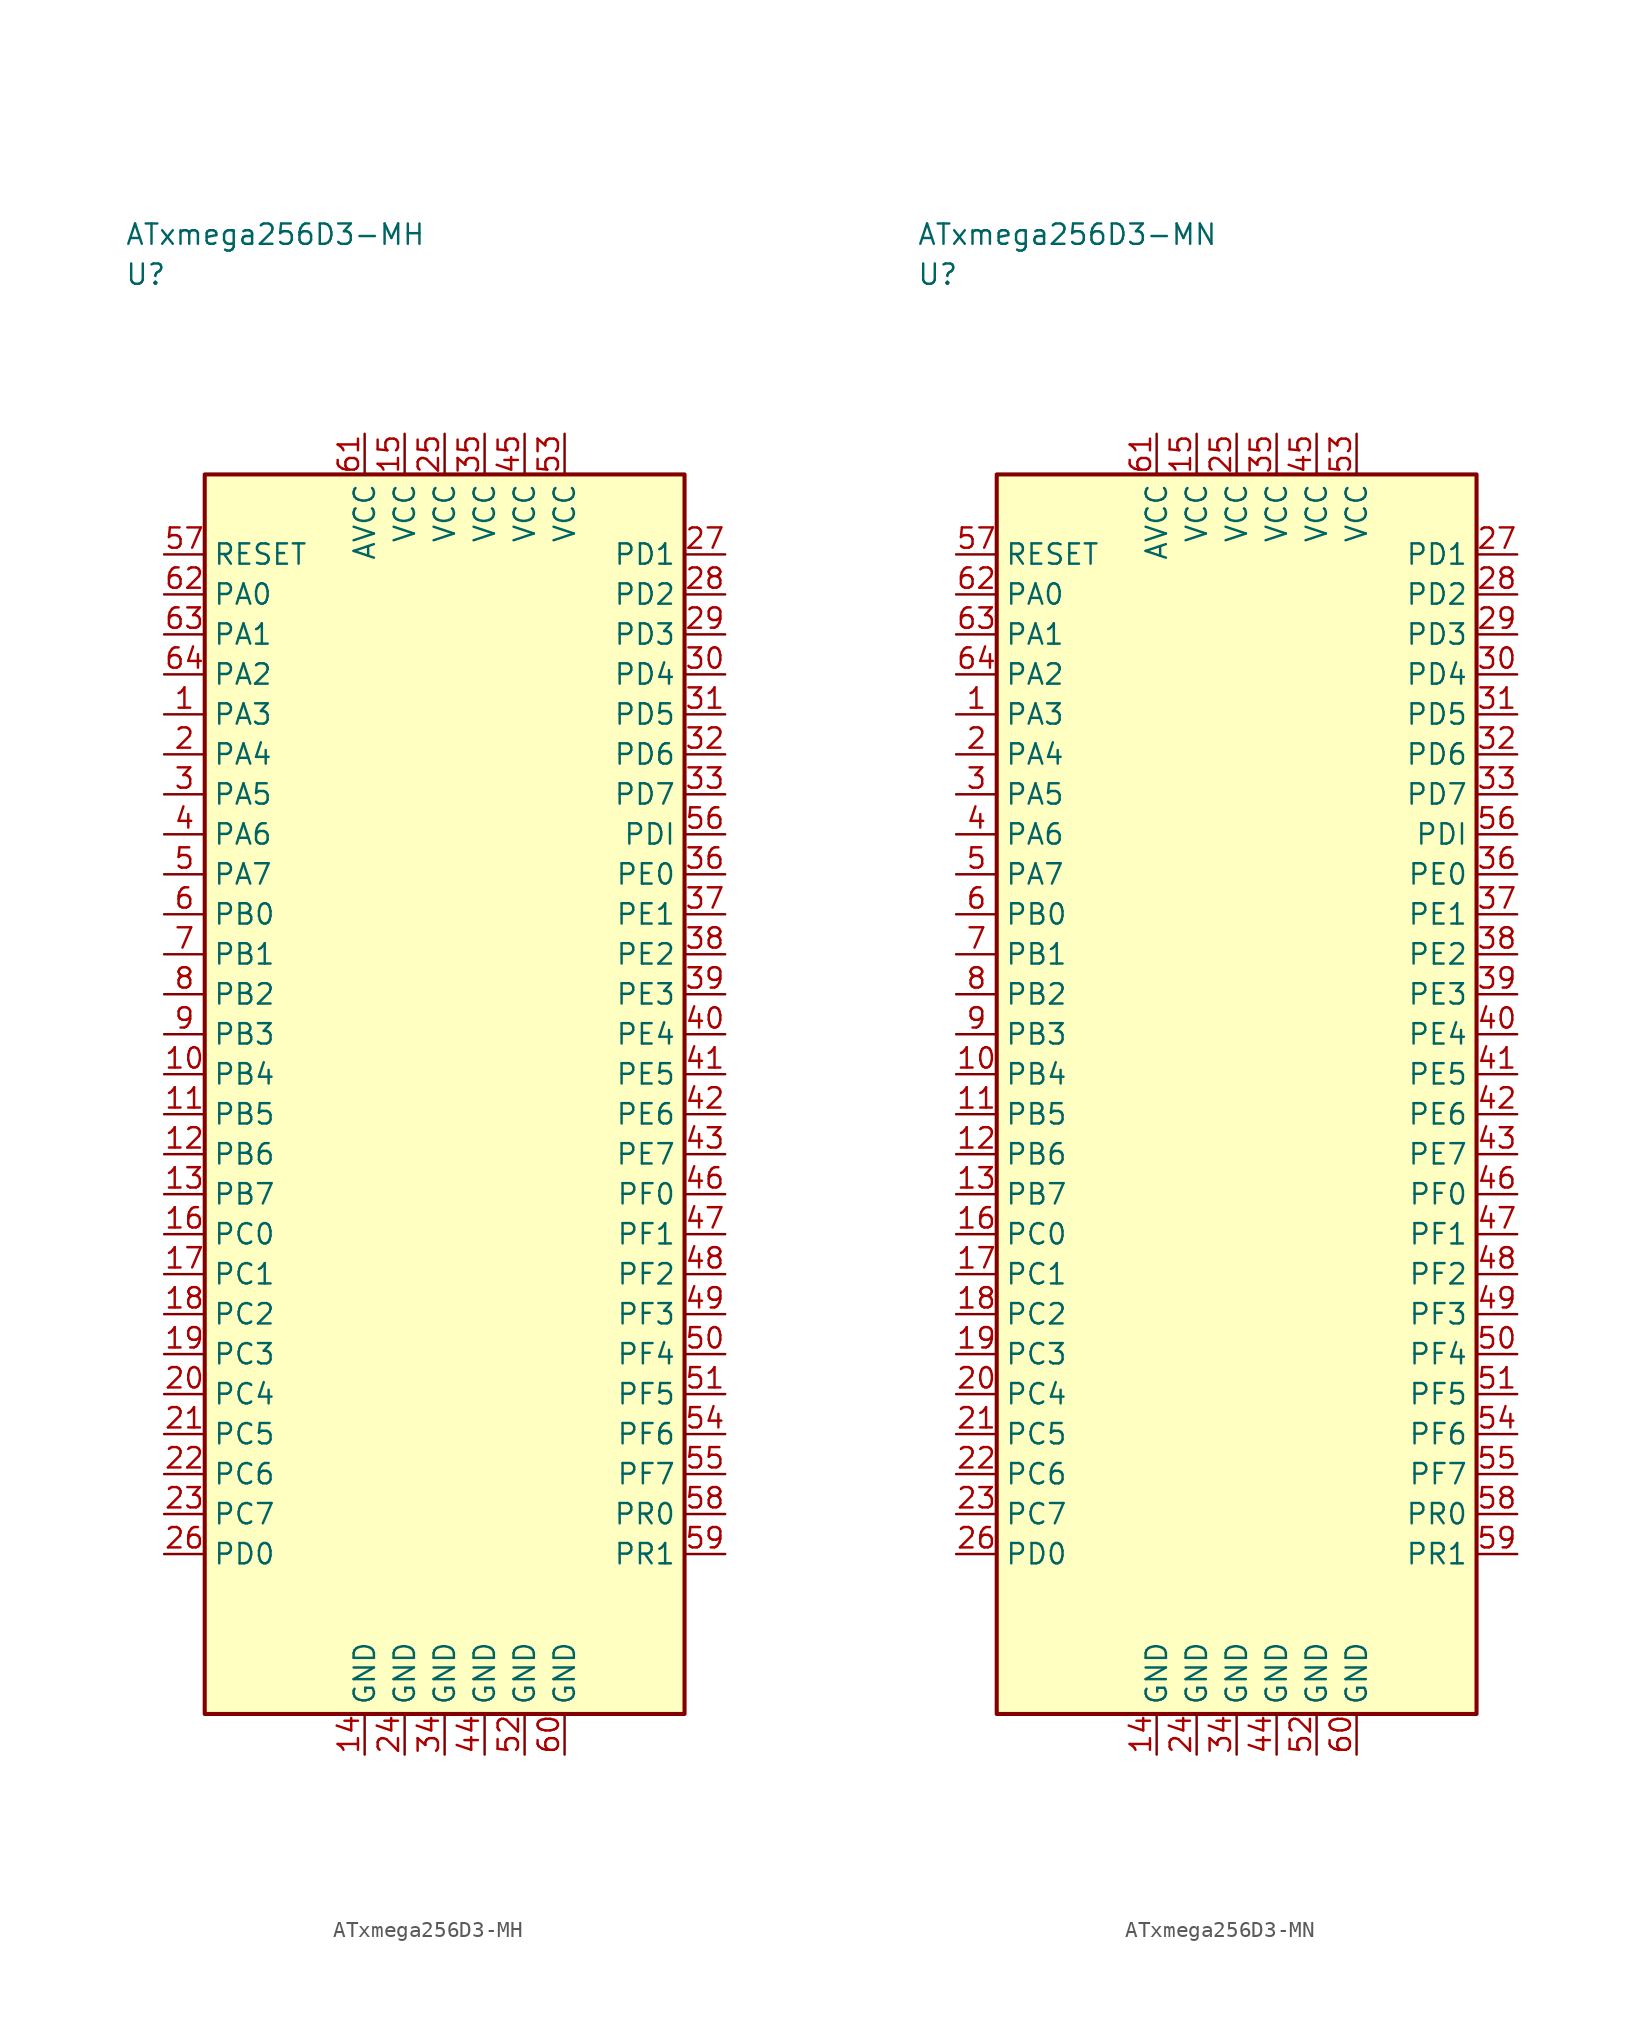
<source format=kicad_sym>
(kicad_symbol_lib
  (version 20241025)
  (generator "kicad_symbol_editor")
  (generator_version "8.0")
  (symbol "ATxmega256D3-MH"
    (property "Reference" "U"
      (at -20.0 51.25 0)
      (effects (font (size 1.27 1.27)) (justify left)))
    (property "Value" "ATxmega256D3-MH"
      (at -20.0 53.75 0)
      (effects (font (size 1.27 1.27)) (justify left)))
    (symbol "ATxmega256D3-MH_0_1"
      (rectangle (start -15.0 38.75) (end 15.0 -38.75) (stroke (width 0.254) (type default)) (fill (type background))))
    (symbol "ATxmega256D3-MH_1_1"
      (pin bidirectional line (at -17.54 23.75 0.0) (length 2.54) (name "PA3" (effects (font (size 1.27 1.27)))) (number "1" (effects (font (size 1.27 1.27)))))
      (pin bidirectional line (at -17.54 21.25 0.0) (length 2.54) (name "PA4" (effects (font (size 1.27 1.27)))) (number "2" (effects (font (size 1.27 1.27)))))
      (pin bidirectional line (at -17.54 18.75 0.0) (length 2.54) (name "PA5" (effects (font (size 1.27 1.27)))) (number "3" (effects (font (size 1.27 1.27)))))
      (pin bidirectional line (at -17.54 16.25 0.0) (length 2.54) (name "PA6" (effects (font (size 1.27 1.27)))) (number "4" (effects (font (size 1.27 1.27)))))
      (pin bidirectional line (at -17.54 13.75 0.0) (length 2.54) (name "PA7" (effects (font (size 1.27 1.27)))) (number "5" (effects (font (size 1.27 1.27)))))
      (pin bidirectional line (at -17.54 11.25 0.0) (length 2.54) (name "PB0" (effects (font (size 1.27 1.27)))) (number "6" (effects (font (size 1.27 1.27)))))
      (pin bidirectional line (at -17.54 8.75 0.0) (length 2.54) (name "PB1" (effects (font (size 1.27 1.27)))) (number "7" (effects (font (size 1.27 1.27)))))
      (pin bidirectional line (at -17.54 6.25 0.0) (length 2.54) (name "PB2" (effects (font (size 1.27 1.27)))) (number "8" (effects (font (size 1.27 1.27)))))
      (pin bidirectional line (at -17.54 3.75 0.0) (length 2.54) (name "PB3" (effects (font (size 1.27 1.27)))) (number "9" (effects (font (size 1.27 1.27)))))
      (pin bidirectional line (at -17.54 1.25 0.0) (length 2.54) (name "PB4" (effects (font (size 1.27 1.27)))) (number "10" (effects (font (size 1.27 1.27)))))
      (pin bidirectional line (at -17.54 -1.25 0.0) (length 2.54) (name "PB5" (effects (font (size 1.27 1.27)))) (number "11" (effects (font (size 1.27 1.27)))))
      (pin bidirectional line (at -17.54 -3.75 0.0) (length 2.54) (name "PB6" (effects (font (size 1.27 1.27)))) (number "12" (effects (font (size 1.27 1.27)))))
      (pin bidirectional line (at -17.54 -6.25 0.0) (length 2.54) (name "PB7" (effects (font (size 1.27 1.27)))) (number "13" (effects (font (size 1.27 1.27)))))
      (pin passive line (at -5.0 -41.29 90.0) (length 2.54) (name "GND" (effects (font (size 1.27 1.27)))) (number "14" (effects (font (size 1.27 1.27)))))
      (pin power_in line (at -2.5 41.29 270.0) (length 2.54) (name "VCC" (effects (font (size 1.27 1.27)))) (number "15" (effects (font (size 1.27 1.27)))))
      (pin bidirectional line (at -17.54 -8.75 0.0) (length 2.54) (name "PC0" (effects (font (size 1.27 1.27)))) (number "16" (effects (font (size 1.27 1.27)))))
      (pin bidirectional line (at -17.54 -11.25 0.0) (length 2.54) (name "PC1" (effects (font (size 1.27 1.27)))) (number "17" (effects (font (size 1.27 1.27)))))
      (pin bidirectional line (at -17.54 -13.75 0.0) (length 2.54) (name "PC2" (effects (font (size 1.27 1.27)))) (number "18" (effects (font (size 1.27 1.27)))))
      (pin bidirectional line (at -17.54 -16.25 0.0) (length 2.54) (name "PC3" (effects (font (size 1.27 1.27)))) (number "19" (effects (font (size 1.27 1.27)))))
      (pin bidirectional line (at -17.54 -18.75 0.0) (length 2.54) (name "PC4" (effects (font (size 1.27 1.27)))) (number "20" (effects (font (size 1.27 1.27)))))
      (pin bidirectional line (at -17.54 -21.25 0.0) (length 2.54) (name "PC5" (effects (font (size 1.27 1.27)))) (number "21" (effects (font (size 1.27 1.27)))))
      (pin bidirectional line (at -17.54 -23.75 0.0) (length 2.54) (name "PC6" (effects (font (size 1.27 1.27)))) (number "22" (effects (font (size 1.27 1.27)))))
      (pin bidirectional line (at -17.54 -26.25 0.0) (length 2.54) (name "PC7" (effects (font (size 1.27 1.27)))) (number "23" (effects (font (size 1.27 1.27)))))
      (pin passive line (at -2.5 -41.29 90.0) (length 2.54) (name "GND" (effects (font (size 1.27 1.27)))) (number "24" (effects (font (size 1.27 1.27)))))
      (pin power_in line (at 0.0 41.29 270.0) (length 2.54) (name "VCC" (effects (font (size 1.27 1.27)))) (number "25" (effects (font (size 1.27 1.27)))))
      (pin bidirectional line (at -17.54 -28.75 0.0) (length 2.54) (name "PD0" (effects (font (size 1.27 1.27)))) (number "26" (effects (font (size 1.27 1.27)))))
      (pin bidirectional line (at 17.54 33.75 180.0) (length 2.54) (name "PD1" (effects (font (size 1.27 1.27)))) (number "27" (effects (font (size 1.27 1.27)))))
      (pin bidirectional line (at 17.54 31.25 180.0) (length 2.54) (name "PD2" (effects (font (size 1.27 1.27)))) (number "28" (effects (font (size 1.27 1.27)))))
      (pin bidirectional line (at 17.54 28.75 180.0) (length 2.54) (name "PD3" (effects (font (size 1.27 1.27)))) (number "29" (effects (font (size 1.27 1.27)))))
      (pin bidirectional line (at 17.54 26.25 180.0) (length 2.54) (name "PD4" (effects (font (size 1.27 1.27)))) (number "30" (effects (font (size 1.27 1.27)))))
      (pin bidirectional line (at 17.54 23.75 180.0) (length 2.54) (name "PD5" (effects (font (size 1.27 1.27)))) (number "31" (effects (font (size 1.27 1.27)))))
      (pin bidirectional line (at 17.54 21.25 180.0) (length 2.54) (name "PD6" (effects (font (size 1.27 1.27)))) (number "32" (effects (font (size 1.27 1.27)))))
      (pin bidirectional line (at 17.54 18.75 180.0) (length 2.54) (name "PD7" (effects (font (size 1.27 1.27)))) (number "33" (effects (font (size 1.27 1.27)))))
      (pin passive line (at 0.0 -41.29 90.0) (length 2.54) (name "GND" (effects (font (size 1.27 1.27)))) (number "34" (effects (font (size 1.27 1.27)))))
      (pin power_in line (at 2.5 41.29 270.0) (length 2.54) (name "VCC" (effects (font (size 1.27 1.27)))) (number "35" (effects (font (size 1.27 1.27)))))
      (pin bidirectional line (at 17.54 13.75 180.0) (length 2.54) (name "PE0" (effects (font (size 1.27 1.27)))) (number "36" (effects (font (size 1.27 1.27)))))
      (pin bidirectional line (at 17.54 11.25 180.0) (length 2.54) (name "PE1" (effects (font (size 1.27 1.27)))) (number "37" (effects (font (size 1.27 1.27)))))
      (pin bidirectional line (at 17.54 8.75 180.0) (length 2.54) (name "PE2" (effects (font (size 1.27 1.27)))) (number "38" (effects (font (size 1.27 1.27)))))
      (pin bidirectional line (at 17.54 6.25 180.0) (length 2.54) (name "PE3" (effects (font (size 1.27 1.27)))) (number "39" (effects (font (size 1.27 1.27)))))
      (pin bidirectional line (at 17.54 3.75 180.0) (length 2.54) (name "PE4" (effects (font (size 1.27 1.27)))) (number "40" (effects (font (size 1.27 1.27)))))
      (pin bidirectional line (at 17.54 1.25 180.0) (length 2.54) (name "PE5" (effects (font (size 1.27 1.27)))) (number "41" (effects (font (size 1.27 1.27)))))
      (pin bidirectional line (at 17.54 -1.25 180.0) (length 2.54) (name "PE6" (effects (font (size 1.27 1.27)))) (number "42" (effects (font (size 1.27 1.27)))))
      (pin bidirectional line (at 17.54 -3.75 180.0) (length 2.54) (name "PE7" (effects (font (size 1.27 1.27)))) (number "43" (effects (font (size 1.27 1.27)))))
      (pin passive line (at 2.5 -41.29 90.0) (length 2.54) (name "GND" (effects (font (size 1.27 1.27)))) (number "44" (effects (font (size 1.27 1.27)))))
      (pin power_in line (at 5.0 41.29 270.0) (length 2.54) (name "VCC" (effects (font (size 1.27 1.27)))) (number "45" (effects (font (size 1.27 1.27)))))
      (pin bidirectional line (at 17.54 -6.25 180.0) (length 2.54) (name "PF0" (effects (font (size 1.27 1.27)))) (number "46" (effects (font (size 1.27 1.27)))))
      (pin bidirectional line (at 17.54 -8.75 180.0) (length 2.54) (name "PF1" (effects (font (size 1.27 1.27)))) (number "47" (effects (font (size 1.27 1.27)))))
      (pin bidirectional line (at 17.54 -11.25 180.0) (length 2.54) (name "PF2" (effects (font (size 1.27 1.27)))) (number "48" (effects (font (size 1.27 1.27)))))
      (pin bidirectional line (at 17.54 -13.75 180.0) (length 2.54) (name "PF3" (effects (font (size 1.27 1.27)))) (number "49" (effects (font (size 1.27 1.27)))))
      (pin bidirectional line (at 17.54 -16.25 180.0) (length 2.54) (name "PF4" (effects (font (size 1.27 1.27)))) (number "50" (effects (font (size 1.27 1.27)))))
      (pin bidirectional line (at 17.54 -18.75 180.0) (length 2.54) (name "PF5" (effects (font (size 1.27 1.27)))) (number "51" (effects (font (size 1.27 1.27)))))
      (pin passive line (at 5.0 -41.29 90.0) (length 2.54) (name "GND" (effects (font (size 1.27 1.27)))) (number "52" (effects (font (size 1.27 1.27)))))
      (pin power_in line (at 7.5 41.29 270.0) (length 2.54) (name "VCC" (effects (font (size 1.27 1.27)))) (number "53" (effects (font (size 1.27 1.27)))))
      (pin bidirectional line (at 17.54 -21.25 180.0) (length 2.54) (name "PF6" (effects (font (size 1.27 1.27)))) (number "54" (effects (font (size 1.27 1.27)))))
      (pin bidirectional line (at 17.54 -23.75 180.0) (length 2.54) (name "PF7" (effects (font (size 1.27 1.27)))) (number "55" (effects (font (size 1.27 1.27)))))
      (pin bidirectional line (at 17.54 16.25 180.0) (length 2.54) (name "PDI" (effects (font (size 1.27 1.27)))) (number "56" (effects (font (size 1.27 1.27)))))
      (pin input line (at -17.54 33.75 0.0) (length 2.54) (name "RESET" (effects (font (size 1.27 1.27)))) (number "57" (effects (font (size 1.27 1.27)))))
      (pin bidirectional line (at 17.54 -26.25 180.0) (length 2.54) (name "PR0" (effects (font (size 1.27 1.27)))) (number "58" (effects (font (size 1.27 1.27)))))
      (pin bidirectional line (at 17.54 -28.75 180.0) (length 2.54) (name "PR1" (effects (font (size 1.27 1.27)))) (number "59" (effects (font (size 1.27 1.27)))))
      (pin passive line (at 7.5 -41.29 90.0) (length 2.54) (name "GND" (effects (font (size 1.27 1.27)))) (number "60" (effects (font (size 1.27 1.27)))))
      (pin power_in line (at -5.0 41.29 270.0) (length 2.54) (name "AVCC" (effects (font (size 1.27 1.27)))) (number "61" (effects (font (size 1.27 1.27)))))
      (pin bidirectional line (at -17.54 31.25 0.0) (length 2.54) (name "PA0" (effects (font (size 1.27 1.27)))) (number "62" (effects (font (size 1.27 1.27)))))
      (pin bidirectional line (at -17.54 28.75 0.0) (length 2.54) (name "PA1" (effects (font (size 1.27 1.27)))) (number "63" (effects (font (size 1.27 1.27)))))
      (pin bidirectional line (at -17.54 26.25 0.0) (length 2.54) (name "PA2" (effects (font (size 1.27 1.27)))) (number "64" (effects (font (size 1.27 1.27)))))))
  (symbol "ATxmega256D3-MN"
    (property "Reference" "U"
      (at -20.0 51.25 0)
      (effects (font (size 1.27 1.27)) (justify left)))
    (property "Value" "ATxmega256D3-MN"
      (at -20.0 53.75 0)
      (effects (font (size 1.27 1.27)) (justify left)))
    (symbol "ATxmega256D3-MN_0_1"
      (rectangle (start -15.0 38.75) (end 15.0 -38.75) (stroke (width 0.254) (type default)) (fill (type background))))
    (symbol "ATxmega256D3-MN_1_1"
      (pin bidirectional line (at -17.54 23.75 0.0) (length 2.54) (name "PA3" (effects (font (size 1.27 1.27)))) (number "1" (effects (font (size 1.27 1.27)))))
      (pin bidirectional line (at -17.54 21.25 0.0) (length 2.54) (name "PA4" (effects (font (size 1.27 1.27)))) (number "2" (effects (font (size 1.27 1.27)))))
      (pin bidirectional line (at -17.54 18.75 0.0) (length 2.54) (name "PA5" (effects (font (size 1.27 1.27)))) (number "3" (effects (font (size 1.27 1.27)))))
      (pin bidirectional line (at -17.54 16.25 0.0) (length 2.54) (name "PA6" (effects (font (size 1.27 1.27)))) (number "4" (effects (font (size 1.27 1.27)))))
      (pin bidirectional line (at -17.54 13.75 0.0) (length 2.54) (name "PA7" (effects (font (size 1.27 1.27)))) (number "5" (effects (font (size 1.27 1.27)))))
      (pin bidirectional line (at -17.54 11.25 0.0) (length 2.54) (name "PB0" (effects (font (size 1.27 1.27)))) (number "6" (effects (font (size 1.27 1.27)))))
      (pin bidirectional line (at -17.54 8.75 0.0) (length 2.54) (name "PB1" (effects (font (size 1.27 1.27)))) (number "7" (effects (font (size 1.27 1.27)))))
      (pin bidirectional line (at -17.54 6.25 0.0) (length 2.54) (name "PB2" (effects (font (size 1.27 1.27)))) (number "8" (effects (font (size 1.27 1.27)))))
      (pin bidirectional line (at -17.54 3.75 0.0) (length 2.54) (name "PB3" (effects (font (size 1.27 1.27)))) (number "9" (effects (font (size 1.27 1.27)))))
      (pin bidirectional line (at -17.54 1.25 0.0) (length 2.54) (name "PB4" (effects (font (size 1.27 1.27)))) (number "10" (effects (font (size 1.27 1.27)))))
      (pin bidirectional line (at -17.54 -1.25 0.0) (length 2.54) (name "PB5" (effects (font (size 1.27 1.27)))) (number "11" (effects (font (size 1.27 1.27)))))
      (pin bidirectional line (at -17.54 -3.75 0.0) (length 2.54) (name "PB6" (effects (font (size 1.27 1.27)))) (number "12" (effects (font (size 1.27 1.27)))))
      (pin bidirectional line (at -17.54 -6.25 0.0) (length 2.54) (name "PB7" (effects (font (size 1.27 1.27)))) (number "13" (effects (font (size 1.27 1.27)))))
      (pin passive line (at -5.0 -41.29 90.0) (length 2.54) (name "GND" (effects (font (size 1.27 1.27)))) (number "14" (effects (font (size 1.27 1.27)))))
      (pin power_in line (at -2.5 41.29 270.0) (length 2.54) (name "VCC" (effects (font (size 1.27 1.27)))) (number "15" (effects (font (size 1.27 1.27)))))
      (pin bidirectional line (at -17.54 -8.75 0.0) (length 2.54) (name "PC0" (effects (font (size 1.27 1.27)))) (number "16" (effects (font (size 1.27 1.27)))))
      (pin bidirectional line (at -17.54 -11.25 0.0) (length 2.54) (name "PC1" (effects (font (size 1.27 1.27)))) (number "17" (effects (font (size 1.27 1.27)))))
      (pin bidirectional line (at -17.54 -13.75 0.0) (length 2.54) (name "PC2" (effects (font (size 1.27 1.27)))) (number "18" (effects (font (size 1.27 1.27)))))
      (pin bidirectional line (at -17.54 -16.25 0.0) (length 2.54) (name "PC3" (effects (font (size 1.27 1.27)))) (number "19" (effects (font (size 1.27 1.27)))))
      (pin bidirectional line (at -17.54 -18.75 0.0) (length 2.54) (name "PC4" (effects (font (size 1.27 1.27)))) (number "20" (effects (font (size 1.27 1.27)))))
      (pin bidirectional line (at -17.54 -21.25 0.0) (length 2.54) (name "PC5" (effects (font (size 1.27 1.27)))) (number "21" (effects (font (size 1.27 1.27)))))
      (pin bidirectional line (at -17.54 -23.75 0.0) (length 2.54) (name "PC6" (effects (font (size 1.27 1.27)))) (number "22" (effects (font (size 1.27 1.27)))))
      (pin bidirectional line (at -17.54 -26.25 0.0) (length 2.54) (name "PC7" (effects (font (size 1.27 1.27)))) (number "23" (effects (font (size 1.27 1.27)))))
      (pin passive line (at -2.5 -41.29 90.0) (length 2.54) (name "GND" (effects (font (size 1.27 1.27)))) (number "24" (effects (font (size 1.27 1.27)))))
      (pin power_in line (at 0.0 41.29 270.0) (length 2.54) (name "VCC" (effects (font (size 1.27 1.27)))) (number "25" (effects (font (size 1.27 1.27)))))
      (pin bidirectional line (at -17.54 -28.75 0.0) (length 2.54) (name "PD0" (effects (font (size 1.27 1.27)))) (number "26" (effects (font (size 1.27 1.27)))))
      (pin bidirectional line (at 17.54 33.75 180.0) (length 2.54) (name "PD1" (effects (font (size 1.27 1.27)))) (number "27" (effects (font (size 1.27 1.27)))))
      (pin bidirectional line (at 17.54 31.25 180.0) (length 2.54) (name "PD2" (effects (font (size 1.27 1.27)))) (number "28" (effects (font (size 1.27 1.27)))))
      (pin bidirectional line (at 17.54 28.75 180.0) (length 2.54) (name "PD3" (effects (font (size 1.27 1.27)))) (number "29" (effects (font (size 1.27 1.27)))))
      (pin bidirectional line (at 17.54 26.25 180.0) (length 2.54) (name "PD4" (effects (font (size 1.27 1.27)))) (number "30" (effects (font (size 1.27 1.27)))))
      (pin bidirectional line (at 17.54 23.75 180.0) (length 2.54) (name "PD5" (effects (font (size 1.27 1.27)))) (number "31" (effects (font (size 1.27 1.27)))))
      (pin bidirectional line (at 17.54 21.25 180.0) (length 2.54) (name "PD6" (effects (font (size 1.27 1.27)))) (number "32" (effects (font (size 1.27 1.27)))))
      (pin bidirectional line (at 17.54 18.75 180.0) (length 2.54) (name "PD7" (effects (font (size 1.27 1.27)))) (number "33" (effects (font (size 1.27 1.27)))))
      (pin passive line (at 0.0 -41.29 90.0) (length 2.54) (name "GND" (effects (font (size 1.27 1.27)))) (number "34" (effects (font (size 1.27 1.27)))))
      (pin power_in line (at 2.5 41.29 270.0) (length 2.54) (name "VCC" (effects (font (size 1.27 1.27)))) (number "35" (effects (font (size 1.27 1.27)))))
      (pin bidirectional line (at 17.54 13.75 180.0) (length 2.54) (name "PE0" (effects (font (size 1.27 1.27)))) (number "36" (effects (font (size 1.27 1.27)))))
      (pin bidirectional line (at 17.54 11.25 180.0) (length 2.54) (name "PE1" (effects (font (size 1.27 1.27)))) (number "37" (effects (font (size 1.27 1.27)))))
      (pin bidirectional line (at 17.54 8.75 180.0) (length 2.54) (name "PE2" (effects (font (size 1.27 1.27)))) (number "38" (effects (font (size 1.27 1.27)))))
      (pin bidirectional line (at 17.54 6.25 180.0) (length 2.54) (name "PE3" (effects (font (size 1.27 1.27)))) (number "39" (effects (font (size 1.27 1.27)))))
      (pin bidirectional line (at 17.54 3.75 180.0) (length 2.54) (name "PE4" (effects (font (size 1.27 1.27)))) (number "40" (effects (font (size 1.27 1.27)))))
      (pin bidirectional line (at 17.54 1.25 180.0) (length 2.54) (name "PE5" (effects (font (size 1.27 1.27)))) (number "41" (effects (font (size 1.27 1.27)))))
      (pin bidirectional line (at 17.54 -1.25 180.0) (length 2.54) (name "PE6" (effects (font (size 1.27 1.27)))) (number "42" (effects (font (size 1.27 1.27)))))
      (pin bidirectional line (at 17.54 -3.75 180.0) (length 2.54) (name "PE7" (effects (font (size 1.27 1.27)))) (number "43" (effects (font (size 1.27 1.27)))))
      (pin passive line (at 2.5 -41.29 90.0) (length 2.54) (name "GND" (effects (font (size 1.27 1.27)))) (number "44" (effects (font (size 1.27 1.27)))))
      (pin power_in line (at 5.0 41.29 270.0) (length 2.54) (name "VCC" (effects (font (size 1.27 1.27)))) (number "45" (effects (font (size 1.27 1.27)))))
      (pin bidirectional line (at 17.54 -6.25 180.0) (length 2.54) (name "PF0" (effects (font (size 1.27 1.27)))) (number "46" (effects (font (size 1.27 1.27)))))
      (pin bidirectional line (at 17.54 -8.75 180.0) (length 2.54) (name "PF1" (effects (font (size 1.27 1.27)))) (number "47" (effects (font (size 1.27 1.27)))))
      (pin bidirectional line (at 17.54 -11.25 180.0) (length 2.54) (name "PF2" (effects (font (size 1.27 1.27)))) (number "48" (effects (font (size 1.27 1.27)))))
      (pin bidirectional line (at 17.54 -13.75 180.0) (length 2.54) (name "PF3" (effects (font (size 1.27 1.27)))) (number "49" (effects (font (size 1.27 1.27)))))
      (pin bidirectional line (at 17.54 -16.25 180.0) (length 2.54) (name "PF4" (effects (font (size 1.27 1.27)))) (number "50" (effects (font (size 1.27 1.27)))))
      (pin bidirectional line (at 17.54 -18.75 180.0) (length 2.54) (name "PF5" (effects (font (size 1.27 1.27)))) (number "51" (effects (font (size 1.27 1.27)))))
      (pin passive line (at 5.0 -41.29 90.0) (length 2.54) (name "GND" (effects (font (size 1.27 1.27)))) (number "52" (effects (font (size 1.27 1.27)))))
      (pin power_in line (at 7.5 41.29 270.0) (length 2.54) (name "VCC" (effects (font (size 1.27 1.27)))) (number "53" (effects (font (size 1.27 1.27)))))
      (pin bidirectional line (at 17.54 -21.25 180.0) (length 2.54) (name "PF6" (effects (font (size 1.27 1.27)))) (number "54" (effects (font (size 1.27 1.27)))))
      (pin bidirectional line (at 17.54 -23.75 180.0) (length 2.54) (name "PF7" (effects (font (size 1.27 1.27)))) (number "55" (effects (font (size 1.27 1.27)))))
      (pin bidirectional line (at 17.54 16.25 180.0) (length 2.54) (name "PDI" (effects (font (size 1.27 1.27)))) (number "56" (effects (font (size 1.27 1.27)))))
      (pin input line (at -17.54 33.75 0.0) (length 2.54) (name "RESET" (effects (font (size 1.27 1.27)))) (number "57" (effects (font (size 1.27 1.27)))))
      (pin bidirectional line (at 17.54 -26.25 180.0) (length 2.54) (name "PR0" (effects (font (size 1.27 1.27)))) (number "58" (effects (font (size 1.27 1.27)))))
      (pin bidirectional line (at 17.54 -28.75 180.0) (length 2.54) (name "PR1" (effects (font (size 1.27 1.27)))) (number "59" (effects (font (size 1.27 1.27)))))
      (pin passive line (at 7.5 -41.29 90.0) (length 2.54) (name "GND" (effects (font (size 1.27 1.27)))) (number "60" (effects (font (size 1.27 1.27)))))
      (pin power_in line (at -5.0 41.29 270.0) (length 2.54) (name "AVCC" (effects (font (size 1.27 1.27)))) (number "61" (effects (font (size 1.27 1.27)))))
      (pin bidirectional line (at -17.54 31.25 0.0) (length 2.54) (name "PA0" (effects (font (size 1.27 1.27)))) (number "62" (effects (font (size 1.27 1.27)))))
      (pin bidirectional line (at -17.54 28.75 0.0) (length 2.54) (name "PA1" (effects (font (size 1.27 1.27)))) (number "63" (effects (font (size 1.27 1.27)))))
      (pin bidirectional line (at -17.54 26.25 0.0) (length 2.54) (name "PA2" (effects (font (size 1.27 1.27)))) (number "64" (effects (font (size 1.27 1.27))))))))
</source>
